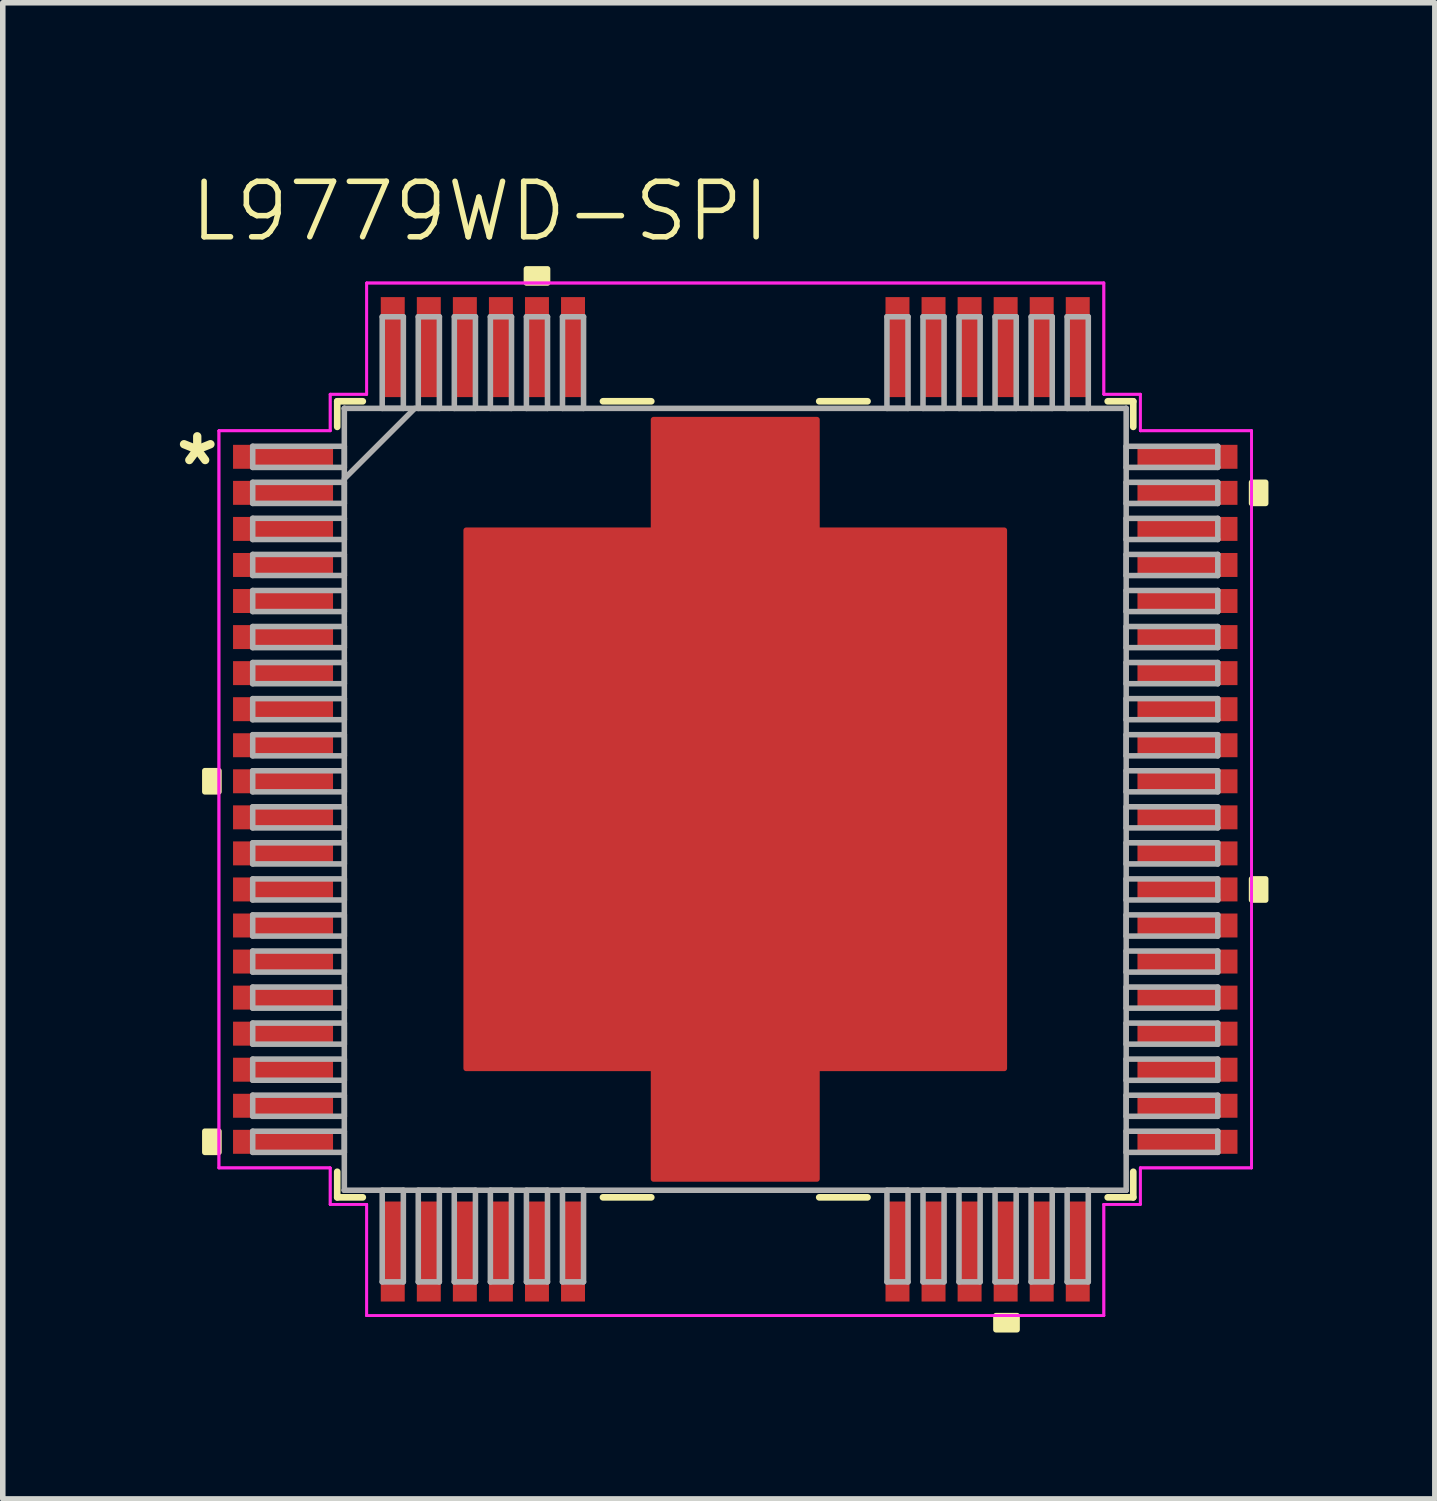
<source format=kicad_pcb>
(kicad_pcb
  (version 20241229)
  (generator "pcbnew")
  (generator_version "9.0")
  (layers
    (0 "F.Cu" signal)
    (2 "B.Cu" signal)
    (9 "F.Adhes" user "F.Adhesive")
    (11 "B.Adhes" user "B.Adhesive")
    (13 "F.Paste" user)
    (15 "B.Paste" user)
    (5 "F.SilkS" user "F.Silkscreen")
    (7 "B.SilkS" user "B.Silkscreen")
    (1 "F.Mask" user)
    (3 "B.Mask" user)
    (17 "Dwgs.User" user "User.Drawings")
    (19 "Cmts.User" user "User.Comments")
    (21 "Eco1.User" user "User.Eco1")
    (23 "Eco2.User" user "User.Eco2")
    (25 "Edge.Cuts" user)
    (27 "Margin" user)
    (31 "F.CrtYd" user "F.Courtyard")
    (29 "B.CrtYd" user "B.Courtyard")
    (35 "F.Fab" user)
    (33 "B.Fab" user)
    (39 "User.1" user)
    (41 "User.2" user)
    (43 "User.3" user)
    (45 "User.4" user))
  (footprint "L9779WD-SPI"
    (layer "F.Cu")
    (at 10.206 11.361)
    (property "Reference" "L9779WD-SPI" (at -4.6 -10.6 0) (layer "F.SilkS") (effects (font (size 1 1) (thickness 0.1))))
    (attr through_hole)
    (fp_poly (pts (xy -4.851 -4.851) (xy -1.473 -4.851) (xy -1.473 -6.845) (xy 1.473 -6.845) (xy 1.473 -4.851) (xy 4.851 -4.851) (xy 4.851 4.851) (xy 1.473 4.851) (xy 1.473 6.845) (xy -1.473 6.845) (xy -1.473 4.851) (xy -4.851 4.851)) (stroke (width 0.1) (type solid)) (fill yes) (layer "F.Cu"))
    (fp_poly (pts (xy -4.851 -4.851) (xy -1.473 -4.851) (xy -1.473 -6.845) (xy 1.473 -6.845) (xy 1.473 -4.851) (xy 4.851 -4.851) (xy 4.851 4.851) (xy 1.473 4.851) (xy 1.473 6.845) (xy -1.473 6.845) (xy -1.473 4.851) (xy -4.851 4.851)) (stroke (width 0.1) (type solid)) (fill yes) (layer "F.Mask"))
    (fp_line (start -7.176 -7.176) (end -7.176 -6.715) (stroke (width 0.12) (type solid)) (layer "F.SilkS"))
    (fp_line (start -7.176 6.715) (end -7.176 7.176) (stroke (width 0.12) (type solid)) (layer "F.SilkS"))
    (fp_line (start -7.176 7.176) (end -6.715 7.176) (stroke (width 0.12) (type solid)) (layer "F.SilkS"))
    (fp_line (start -6.715 -7.176) (end -7.176 -7.176) (stroke (width 0.12) (type solid)) (layer "F.SilkS"))
    (fp_line (start -2.385 7.176) (end -1.514 7.176) (stroke (width 0.12) (type solid)) (layer "F.SilkS"))
    (fp_line (start -1.514 -7.176) (end -2.385 -7.176) (stroke (width 0.12) (type solid)) (layer "F.SilkS"))
    (fp_line (start 1.514 7.176) (end 2.385 7.176) (stroke (width 0.12) (type solid)) (layer "F.SilkS"))
    (fp_line (start 2.385 -7.176) (end 1.514 -7.176) (stroke (width 0.12) (type solid)) (layer "F.SilkS"))
    (fp_line (start 6.715 7.176) (end 7.176 7.176) (stroke (width 0.12) (type solid)) (layer "F.SilkS"))
    (fp_line (start 7.176 -7.176) (end 6.715 -7.176) (stroke (width 0.12) (type solid)) (layer "F.SilkS"))
    (fp_line (start 7.176 -6.715) (end 7.176 -7.176) (stroke (width 0.12) (type solid)) (layer "F.SilkS"))
    (fp_line (start 7.176 7.176) (end 7.176 6.715) (stroke (width 0.12) (type solid)) (layer "F.SilkS"))
    (fp_poly (pts (xy -9.563 -0.516) (xy -9.563 -0.135) (xy -9.309 -0.135) (xy -9.309 -0.516)) (stroke (width 0.1) (type solid)) (fill yes) (layer "F.SilkS"))
    (fp_poly (pts (xy -9.563 5.984) (xy -9.563 6.365) (xy -9.309 6.365) (xy -9.309 5.984)) (stroke (width 0.1) (type solid)) (fill yes) (layer "F.SilkS"))
    (fp_poly (pts (xy -3.765 -9.309) (xy -3.765 -9.563) (xy -3.384 -9.563) (xy -3.384 -9.309)) (stroke (width 0.1) (type solid)) (fill yes) (layer "F.SilkS"))
    (fp_poly (pts (xy 4.7 9.309) (xy 4.7 9.563) (xy 5.081 9.563) (xy 5.081 9.309)) (stroke (width 0.1) (type solid)) (fill yes) (layer "F.SilkS"))
    (fp_poly (pts (xy 9.309 1.816) (xy 9.563 1.816) (xy 9.563 1.435) (xy 9.309 1.435)) (stroke (width 0.1) (type solid)) (fill yes) (layer "F.SilkS"))
    (fp_poly (pts (xy 9.563 -5.715) (xy 9.563 -5.335) (xy 9.309 -5.335) (xy 9.309 -5.715)) (stroke (width 0.1) (type solid)) (fill yes) (layer "F.SilkS"))
    (fp_poly (pts (xy -4.751 -4.751) (xy -4.751 -3.565) (xy -3.565 -3.565) (xy -3.565 -4.751)) (stroke (width 0.1) (type solid)) (fill yes) (layer "F.Paste"))
    (fp_poly (pts (xy -4.751 -3.365) (xy -4.751 -2.179) (xy -3.565 -2.179) (xy -3.565 -3.365)) (stroke (width 0.1) (type solid)) (fill yes) (layer "F.Paste"))
    (fp_poly (pts (xy -4.751 -1.979) (xy -4.751 -0.793) (xy -3.565 -0.793) (xy -3.565 -1.979)) (stroke (width 0.1) (type solid)) (fill yes) (layer "F.Paste"))
    (fp_poly (pts (xy -4.751 -0.593) (xy -4.751 0.593) (xy -3.565 0.593) (xy -3.565 -0.593)) (stroke (width 0.1) (type solid)) (fill yes) (layer "F.Paste"))
    (fp_poly (pts (xy -4.751 0.793) (xy -4.751 1.979) (xy -3.565 1.979) (xy -3.565 0.793)) (stroke (width 0.1) (type solid)) (fill yes) (layer "F.Paste"))
    (fp_poly (pts (xy -4.751 2.179) (xy -4.751 3.365) (xy -3.565 3.365) (xy -3.565 2.179)) (stroke (width 0.1) (type solid)) (fill yes) (layer "F.Paste"))
    (fp_poly (pts (xy -4.751 3.565) (xy -4.751 4.751) (xy -3.565 4.751) (xy -3.565 3.565)) (stroke (width 0.1) (type solid)) (fill yes) (layer "F.Paste"))
    (fp_poly (pts (xy -3.365 -4.751) (xy -3.365 -3.565) (xy -2.179 -3.565) (xy -2.179 -4.751)) (stroke (width 0.1) (type solid)) (fill yes) (layer "F.Paste"))
    (fp_poly (pts (xy -3.365 -3.365) (xy -3.365 -2.179) (xy -2.179 -2.179) (xy -2.179 -3.365)) (stroke (width 0.1) (type solid)) (fill yes) (layer "F.Paste"))
    (fp_poly (pts (xy -3.365 -1.979) (xy -3.365 -0.793) (xy -2.179 -0.793) (xy -2.179 -1.979)) (stroke (width 0.1) (type solid)) (fill yes) (layer "F.Paste"))
    (fp_poly (pts (xy -3.365 -0.593) (xy -3.365 0.593) (xy -2.179 0.593) (xy -2.179 -0.593)) (stroke (width 0.1) (type solid)) (fill yes) (layer "F.Paste"))
    (fp_poly (pts (xy -3.365 0.793) (xy -3.365 1.979) (xy -2.179 1.979) (xy -2.179 0.793)) (stroke (width 0.1) (type solid)) (fill yes) (layer "F.Paste"))
    (fp_poly (pts (xy -3.365 2.179) (xy -3.365 3.365) (xy -2.179 3.365) (xy -2.179 2.179)) (stroke (width 0.1) (type solid)) (fill yes) (layer "F.Paste"))
    (fp_poly (pts (xy -3.365 3.565) (xy -3.365 4.751) (xy -2.179 4.751) (xy -2.179 3.565)) (stroke (width 0.1) (type solid)) (fill yes) (layer "F.Paste"))
    (fp_poly (pts (xy -1.979 -4.751) (xy -1.979 -3.565) (xy -0.793 -3.565) (xy -0.793 -4.751)) (stroke (width 0.1) (type solid)) (fill yes) (layer "F.Paste"))
    (fp_poly (pts (xy -1.979 -3.365) (xy -1.979 -2.179) (xy -0.793 -2.179) (xy -0.793 -3.365)) (stroke (width 0.1) (type solid)) (fill yes) (layer "F.Paste"))
    (fp_poly (pts (xy -1.979 -1.979) (xy -1.979 -0.793) (xy -0.793 -0.793) (xy -0.793 -1.979)) (stroke (width 0.1) (type solid)) (fill yes) (layer "F.Paste"))
    (fp_poly (pts (xy -1.979 -0.593) (xy -1.979 0.593) (xy -0.793 0.593) (xy -0.793 -0.593)) (stroke (width 0.1) (type solid)) (fill yes) (layer "F.Paste"))
    (fp_poly (pts (xy -1.979 0.793) (xy -1.979 1.979) (xy -0.793 1.979) (xy -0.793 0.793)) (stroke (width 0.1) (type solid)) (fill yes) (layer "F.Paste"))
    (fp_poly (pts (xy -1.979 2.179) (xy -1.979 3.365) (xy -0.793 3.365) (xy -0.793 2.179)) (stroke (width 0.1) (type solid)) (fill yes) (layer "F.Paste"))
    (fp_poly (pts (xy -1.979 3.565) (xy -1.979 4.751) (xy -0.793 4.751) (xy -0.793 3.565)) (stroke (width 0.1) (type solid)) (fill yes) (layer "F.Paste"))
    (fp_poly (pts (xy -0.593 -4.751) (xy -0.593 -3.565) (xy 0.593 -3.565) (xy 0.593 -4.751)) (stroke (width 0.1) (type solid)) (fill yes) (layer "F.Paste"))
    (fp_poly (pts (xy -0.593 -3.365) (xy -0.593 -2.179) (xy 0.593 -2.179) (xy 0.593 -3.365)) (stroke (width 0.1) (type solid)) (fill yes) (layer "F.Paste"))
    (fp_poly (pts (xy -0.593 -1.979) (xy -0.593 -0.793) (xy 0.593 -0.793) (xy 0.593 -1.979)) (stroke (width 0.1) (type solid)) (fill yes) (layer "F.Paste"))
    (fp_poly (pts (xy -0.593 -0.593) (xy -0.593 0.593) (xy 0.593 0.593) (xy 0.593 -0.593)) (stroke (width 0.1) (type solid)) (fill yes) (layer "F.Paste"))
    (fp_poly (pts (xy -0.593 0.793) (xy -0.593 1.979) (xy 0.593 1.979) (xy 0.593 0.793)) (stroke (width 0.1) (type solid)) (fill yes) (layer "F.Paste"))
    (fp_poly (pts (xy -0.593 2.179) (xy -0.593 3.365) (xy 0.593 3.365) (xy 0.593 2.179)) (stroke (width 0.1) (type solid)) (fill yes) (layer "F.Paste"))
    (fp_poly (pts (xy -0.593 3.565) (xy -0.593 4.751) (xy 0.593 4.751) (xy 0.593 3.565)) (stroke (width 0.1) (type solid)) (fill yes) (layer "F.Paste"))
    (fp_poly (pts (xy 0.793 -4.751) (xy 0.793 -3.565) (xy 1.979 -3.565) (xy 1.979 -4.751)) (stroke (width 0.1) (type solid)) (fill yes) (layer "F.Paste"))
    (fp_poly (pts (xy 0.793 -3.365) (xy 0.793 -2.179) (xy 1.979 -2.179) (xy 1.979 -3.365)) (stroke (width 0.1) (type solid)) (fill yes) (layer "F.Paste"))
    (fp_poly (pts (xy 0.793 -1.979) (xy 0.793 -0.793) (xy 1.979 -0.793) (xy 1.979 -1.979)) (stroke (width 0.1) (type solid)) (fill yes) (layer "F.Paste"))
    (fp_poly (pts (xy 0.793 -0.593) (xy 0.793 0.593) (xy 1.979 0.593) (xy 1.979 -0.593)) (stroke (width 0.1) (type solid)) (fill yes) (layer "F.Paste"))
    (fp_poly (pts (xy 0.793 0.793) (xy 0.793 1.979) (xy 1.979 1.979) (xy 1.979 0.793)) (stroke (width 0.1) (type solid)) (fill yes) (layer "F.Paste"))
    (fp_poly (pts (xy 0.793 2.179) (xy 0.793 3.365) (xy 1.979 3.365) (xy 1.979 2.179)) (stroke (width 0.1) (type solid)) (fill yes) (layer "F.Paste"))
    (fp_poly (pts (xy 0.793 3.565) (xy 0.793 4.751) (xy 1.979 4.751) (xy 1.979 3.565)) (stroke (width 0.1) (type solid)) (fill yes) (layer "F.Paste"))
    (fp_poly (pts (xy 2.179 -4.751) (xy 2.179 -3.565) (xy 3.365 -3.565) (xy 3.365 -4.751)) (stroke (width 0.1) (type solid)) (fill yes) (layer "F.Paste"))
    (fp_poly (pts (xy 2.179 -3.365) (xy 2.179 -2.179) (xy 3.365 -2.179) (xy 3.365 -3.365)) (stroke (width 0.1) (type solid)) (fill yes) (layer "F.Paste"))
    (fp_poly (pts (xy 2.179 -1.979) (xy 2.179 -0.793) (xy 3.365 -0.793) (xy 3.365 -1.979)) (stroke (width 0.1) (type solid)) (fill yes) (layer "F.Paste"))
    (fp_poly (pts (xy 2.179 -0.593) (xy 2.179 0.593) (xy 3.365 0.593) (xy 3.365 -0.593)) (stroke (width 0.1) (type solid)) (fill yes) (layer "F.Paste"))
    (fp_poly (pts (xy 2.179 0.793) (xy 2.179 1.979) (xy 3.365 1.979) (xy 3.365 0.793)) (stroke (width 0.1) (type solid)) (fill yes) (layer "F.Paste"))
    (fp_poly (pts (xy 2.179 2.179) (xy 2.179 3.365) (xy 3.365 3.365) (xy 3.365 2.179)) (stroke (width 0.1) (type solid)) (fill yes) (layer "F.Paste"))
    (fp_poly (pts (xy 2.179 3.565) (xy 2.179 4.751) (xy 3.365 4.751) (xy 3.365 3.565)) (stroke (width 0.1) (type solid)) (fill yes) (layer "F.Paste"))
    (fp_poly (pts (xy 3.565 -4.751) (xy 3.565 -3.565) (xy 4.751 -3.565) (xy 4.751 -4.751)) (stroke (width 0.1) (type solid)) (fill yes) (layer "F.Paste"))
    (fp_poly (pts (xy 3.565 -3.365) (xy 3.565 -2.179) (xy 4.751 -2.179) (xy 4.751 -3.365)) (stroke (width 0.1) (type solid)) (fill yes) (layer "F.Paste"))
    (fp_poly (pts (xy 3.565 -1.979) (xy 3.565 -0.793) (xy 4.751 -0.793) (xy 4.751 -1.979)) (stroke (width 0.1) (type solid)) (fill yes) (layer "F.Paste"))
    (fp_poly (pts (xy 3.565 -0.593) (xy 3.565 0.593) (xy 4.751 0.593) (xy 4.751 -0.593)) (stroke (width 0.1) (type solid)) (fill yes) (layer "F.Paste"))
    (fp_poly (pts (xy 3.565 0.793) (xy 3.565 1.979) (xy 4.751 1.979) (xy 4.751 0.793)) (stroke (width 0.1) (type solid)) (fill yes) (layer "F.Paste"))
    (fp_poly (pts (xy 3.565 2.179) (xy 3.565 3.365) (xy 4.751 3.365) (xy 4.751 2.179)) (stroke (width 0.1) (type solid)) (fill yes) (layer "F.Paste"))
    (fp_poly (pts (xy 3.565 3.565) (xy 3.565 4.751) (xy 4.751 4.751) (xy 4.751 3.565)) (stroke (width 0.1) (type solid)) (fill yes) (layer "F.Paste"))
    (fp_poly (pts (xy -4.851 -4.851) (xy -1.473 -4.851) (xy -1.473 -6.845) (xy 1.473 -6.845) (xy 1.473 -4.851) (xy 4.851 -4.851) (xy 4.851 4.851) (xy 1.473 4.851) (xy 1.473 6.845) (xy -1.473 6.845) (xy -1.473 4.851) (xy -4.851 4.851)) (stroke (width 0.1) (type solid)) (fill yes) (layer "F.Paste"))
    (fp_line (start -9.309 -6.645) (end -7.303 -6.645) (stroke (width 0.05) (type solid)) (layer "F.CrtYd"))
    (fp_line (start -9.309 -6.645) (end -7.303 -6.645) (stroke (width 0.05) (type solid)) (layer "F.CrtYd"))
    (fp_line (start -9.309 6.645) (end -9.309 -6.645) (stroke (width 0.05) (type solid)) (layer "F.CrtYd"))
    (fp_line (start -9.309 6.645) (end -9.309 -6.645) (stroke (width 0.05) (type solid)) (layer "F.CrtYd"))
    (fp_line (start -7.303 -7.303) (end -6.645 -7.303) (stroke (width 0.05) (type solid)) (layer "F.CrtYd"))
    (fp_line (start -7.303 -7.303) (end -6.645 -7.303) (stroke (width 0.05) (type solid)) (layer "F.CrtYd"))
    (fp_line (start -7.303 -6.645) (end -7.303 -7.303) (stroke (width 0.05) (type solid)) (layer "F.CrtYd"))
    (fp_line (start -7.303 -6.645) (end -7.303 -7.303) (stroke (width 0.05) (type solid)) (layer "F.CrtYd"))
    (fp_line (start -7.303 6.645) (end -9.309 6.645) (stroke (width 0.05) (type solid)) (layer "F.CrtYd"))
    (fp_line (start -7.303 6.645) (end -9.309 6.645) (stroke (width 0.05) (type solid)) (layer "F.CrtYd"))
    (fp_line (start -7.303 7.303) (end -7.303 6.645) (stroke (width 0.05) (type solid)) (layer "F.CrtYd"))
    (fp_line (start -7.303 7.303) (end -7.303 6.645) (stroke (width 0.05) (type solid)) (layer "F.CrtYd"))
    (fp_line (start -7.303 7.303) (end -6.645 7.303) (stroke (width 0.05) (type solid)) (layer "F.CrtYd"))
    (fp_line (start -6.645 -9.309) (end 6.645 -9.309) (stroke (width 0.05) (type solid)) (layer "F.CrtYd"))
    (fp_line (start -6.645 -9.309) (end 6.645 -9.309) (stroke (width 0.05) (type solid)) (layer "F.CrtYd"))
    (fp_line (start -6.645 -7.303) (end -6.645 -9.309) (stroke (width 0.05) (type solid)) (layer "F.CrtYd"))
    (fp_line (start -6.645 -7.303) (end -6.645 -9.309) (stroke (width 0.05) (type solid)) (layer "F.CrtYd"))
    (fp_line (start -6.645 7.303) (end -7.303 7.303) (stroke (width 0.05) (type solid)) (layer "F.CrtYd"))
    (fp_line (start -6.645 7.303) (end -6.645 9.309) (stroke (width 0.05) (type solid)) (layer "F.CrtYd"))
    (fp_line (start -6.645 9.309) (end -6.645 7.303) (stroke (width 0.05) (type solid)) (layer "F.CrtYd"))
    (fp_line (start -6.645 9.309) (end 6.645 9.309) (stroke (width 0.05) (type solid)) (layer "F.CrtYd"))
    (fp_line (start 6.645 -9.309) (end 6.645 -7.303) (stroke (width 0.05) (type solid)) (layer "F.CrtYd"))
    (fp_line (start 6.645 -9.309) (end 6.645 -7.303) (stroke (width 0.05) (type solid)) (layer "F.CrtYd"))
    (fp_line (start 6.645 -7.303) (end 7.303 -7.303) (stroke (width 0.05) (type solid)) (layer "F.CrtYd"))
    (fp_line (start 6.645 -7.303) (end 7.303 -7.303) (stroke (width 0.05) (type solid)) (layer "F.CrtYd"))
    (fp_line (start 6.645 7.303) (end 6.645 9.309) (stroke (width 0.05) (type solid)) (layer "F.CrtYd"))
    (fp_line (start 6.645 7.303) (end 7.303 7.303) (stroke (width 0.05) (type solid)) (layer "F.CrtYd"))
    (fp_line (start 6.645 9.309) (end -6.645 9.309) (stroke (width 0.05) (type solid)) (layer "F.CrtYd"))
    (fp_line (start 6.645 9.309) (end 6.645 7.303) (stroke (width 0.05) (type solid)) (layer "F.CrtYd"))
    (fp_line (start 7.303 -7.303) (end 7.303 -6.645) (stroke (width 0.05) (type solid)) (layer "F.CrtYd"))
    (fp_line (start 7.303 -6.645) (end 7.303 -7.303) (stroke (width 0.05) (type solid)) (layer "F.CrtYd"))
    (fp_line (start 7.303 -6.645) (end 9.309 -6.645) (stroke (width 0.05) (type solid)) (layer "F.CrtYd"))
    (fp_line (start 7.303 6.645) (end 7.303 7.303) (stroke (width 0.05) (type solid)) (layer "F.CrtYd"))
    (fp_line (start 7.303 6.645) (end 9.309 6.645) (stroke (width 0.05) (type solid)) (layer "F.CrtYd"))
    (fp_line (start 7.303 7.303) (end 6.645 7.303) (stroke (width 0.05) (type solid)) (layer "F.CrtYd"))
    (fp_line (start 7.303 7.303) (end 7.303 6.645) (stroke (width 0.05) (type solid)) (layer "F.CrtYd"))
    (fp_line (start 9.309 -6.645) (end 7.303 -6.645) (stroke (width 0.05) (type solid)) (layer "F.CrtYd"))
    (fp_line (start 9.309 -6.645) (end 9.309 6.645) (stroke (width 0.05) (type solid)) (layer "F.CrtYd"))
    (fp_line (start 9.309 6.645) (end 7.303 6.645) (stroke (width 0.05) (type solid)) (layer "F.CrtYd"))
    (fp_line (start 9.309 6.645) (end 9.309 -6.645) (stroke (width 0.05) (type solid)) (layer "F.CrtYd"))
    (fp_line (start -8.7 -6.365) (end -8.7 -5.984) (stroke (width 0.1) (type solid)) (layer "F.Fab"))
    (fp_line (start -8.7 -5.984) (end -7.048 -5.984) (stroke (width 0.1) (type solid)) (layer "F.Fab"))
    (fp_line (start -8.7 -5.715) (end -8.7 -5.335) (stroke (width 0.1) (type solid)) (layer "F.Fab"))
    (fp_line (start -8.7 -5.335) (end -7.048 -5.335) (stroke (width 0.1) (type solid)) (layer "F.Fab"))
    (fp_line (start -8.7 -5.066) (end -8.7 -4.684) (stroke (width 0.1) (type solid)) (layer "F.Fab"))
    (fp_line (start -8.7 -4.684) (end -7.048 -4.684) (stroke (width 0.1) (type solid)) (layer "F.Fab"))
    (fp_line (start -8.7 -4.415) (end -8.7 -4.035) (stroke (width 0.1) (type solid)) (layer "F.Fab"))
    (fp_line (start -8.7 -4.035) (end -7.048 -4.035) (stroke (width 0.1) (type solid)) (layer "F.Fab"))
    (fp_line (start -8.7 -3.765) (end -8.7 -3.385) (stroke (width 0.1) (type solid)) (layer "F.Fab"))
    (fp_line (start -8.7 -3.385) (end -7.048 -3.385) (stroke (width 0.1) (type solid)) (layer "F.Fab"))
    (fp_line (start -8.7 -3.115) (end -8.7 -2.735) (stroke (width 0.1) (type solid)) (layer "F.Fab"))
    (fp_line (start -8.7 -2.735) (end -7.048 -2.735) (stroke (width 0.1) (type solid)) (layer "F.Fab"))
    (fp_line (start -8.7 -2.466) (end -8.7 -2.084) (stroke (width 0.1) (type solid)) (layer "F.Fab"))
    (fp_line (start -8.7 -2.084) (end -7.048 -2.084) (stroke (width 0.1) (type solid)) (layer "F.Fab"))
    (fp_line (start -8.7 -1.815) (end -8.7 -1.435) (stroke (width 0.1) (type solid)) (layer "F.Fab"))
    (fp_line (start -8.7 -1.435) (end -7.048 -1.435) (stroke (width 0.1) (type solid)) (layer "F.Fab"))
    (fp_line (start -8.7 -1.165) (end -8.7 -0.784) (stroke (width 0.1) (type solid)) (layer "F.Fab"))
    (fp_line (start -8.7 -0.784) (end -7.048 -0.784) (stroke (width 0.1) (type solid)) (layer "F.Fab"))
    (fp_line (start -8.7 -0.515) (end -8.7 -0.135) (stroke (width 0.1) (type solid)) (layer "F.Fab"))
    (fp_line (start -8.7 -0.135) (end -7.048 -0.135) (stroke (width 0.1) (type solid)) (layer "F.Fab"))
    (fp_line (start -8.7 0.135) (end -8.7 0.515) (stroke (width 0.1) (type solid)) (layer "F.Fab"))
    (fp_line (start -8.7 0.515) (end -7.048 0.515) (stroke (width 0.1) (type solid)) (layer "F.Fab"))
    (fp_line (start -8.7 0.784) (end -8.7 1.165) (stroke (width 0.1) (type solid)) (layer "F.Fab"))
    (fp_line (start -8.7 1.165) (end -7.048 1.165) (stroke (width 0.1) (type solid)) (layer "F.Fab"))
    (fp_line (start -8.7 1.435) (end -8.7 1.815) (stroke (width 0.1) (type solid)) (layer "F.Fab"))
    (fp_line (start -8.7 1.815) (end -7.048 1.815) (stroke (width 0.1) (type solid)) (layer "F.Fab"))
    (fp_line (start -8.7 2.084) (end -8.7 2.466) (stroke (width 0.1) (type solid)) (layer "F.Fab"))
    (fp_line (start -8.7 2.466) (end -7.048 2.466) (stroke (width 0.1) (type solid)) (layer "F.Fab"))
    (fp_line (start -8.7 2.735) (end -8.7 3.115) (stroke (width 0.1) (type solid)) (layer "F.Fab"))
    (fp_line (start -8.7 3.115) (end -7.048 3.115) (stroke (width 0.1) (type solid)) (layer "F.Fab"))
    (fp_line (start -8.7 3.385) (end -8.7 3.765) (stroke (width 0.1) (type solid)) (layer "F.Fab"))
    (fp_line (start -8.7 3.765) (end -7.048 3.765) (stroke (width 0.1) (type solid)) (layer "F.Fab"))
    (fp_line (start -8.7 4.034) (end -8.7 4.415) (stroke (width 0.1) (type solid)) (layer "F.Fab"))
    (fp_line (start -8.7 4.415) (end -7.048 4.415) (stroke (width 0.1) (type solid)) (layer "F.Fab"))
    (fp_line (start -8.7 4.684) (end -8.7 5.065) (stroke (width 0.1) (type solid)) (layer "F.Fab"))
    (fp_line (start -8.7 5.065) (end -7.048 5.065) (stroke (width 0.1) (type solid)) (layer "F.Fab"))
    (fp_line (start -8.7 5.334) (end -8.7 5.715) (stroke (width 0.1) (type solid)) (layer "F.Fab"))
    (fp_line (start -8.7 5.715) (end -7.048 5.715) (stroke (width 0.1) (type solid)) (layer "F.Fab"))
    (fp_line (start -8.7 5.984) (end -8.7 6.365) (stroke (width 0.1) (type solid)) (layer "F.Fab"))
    (fp_line (start -8.7 6.365) (end -7.048 6.365) (stroke (width 0.1) (type solid)) (layer "F.Fab"))
    (fp_line (start -7.048 -7.048) (end -7.048 -7.048) (stroke (width 0.1) (type solid)) (layer "F.Fab"))
    (fp_line (start -7.048 -7.048) (end -7.048 7.048) (stroke (width 0.1) (type solid)) (layer "F.Fab"))
    (fp_line (start -7.048 -6.365) (end -8.7 -6.365) (stroke (width 0.1) (type solid)) (layer "F.Fab"))
    (fp_line (start -7.048 -5.984) (end -7.048 -6.365) (stroke (width 0.1) (type solid)) (layer "F.Fab"))
    (fp_line (start -7.048 -5.779) (end -5.779 -7.048) (stroke (width 0.1) (type solid)) (layer "F.Fab"))
    (fp_line (start -7.048 -5.715) (end -8.7 -5.715) (stroke (width 0.1) (type solid)) (layer "F.Fab"))
    (fp_line (start -7.048 -5.335) (end -7.048 -5.715) (stroke (width 0.1) (type solid)) (layer "F.Fab"))
    (fp_line (start -7.048 -5.066) (end -8.7 -5.066) (stroke (width 0.1) (type solid)) (layer "F.Fab"))
    (fp_line (start -7.048 -4.684) (end -7.048 -5.066) (stroke (width 0.1) (type solid)) (layer "F.Fab"))
    (fp_line (start -7.048 -4.415) (end -8.7 -4.415) (stroke (width 0.1) (type solid)) (layer "F.Fab"))
    (fp_line (start -7.048 -4.035) (end -7.048 -4.415) (stroke (width 0.1) (type solid)) (layer "F.Fab"))
    (fp_line (start -7.048 -3.765) (end -8.7 -3.765) (stroke (width 0.1) (type solid)) (layer "F.Fab"))
    (fp_line (start -7.048 -3.385) (end -7.048 -3.765) (stroke (width 0.1) (type solid)) (layer "F.Fab"))
    (fp_line (start -7.048 -3.115) (end -8.7 -3.115) (stroke (width 0.1) (type solid)) (layer "F.Fab"))
    (fp_line (start -7.048 -2.735) (end -7.048 -3.115) (stroke (width 0.1) (type solid)) (layer "F.Fab"))
    (fp_line (start -7.048 -2.466) (end -8.7 -2.466) (stroke (width 0.1) (type solid)) (layer "F.Fab"))
    (fp_line (start -7.048 -2.084) (end -7.048 -2.466) (stroke (width 0.1) (type solid)) (layer "F.Fab"))
    (fp_line (start -7.048 -1.815) (end -8.7 -1.815) (stroke (width 0.1) (type solid)) (layer "F.Fab"))
    (fp_line (start -7.048 -1.435) (end -7.048 -1.815) (stroke (width 0.1) (type solid)) (layer "F.Fab"))
    (fp_line (start -7.048 -1.165) (end -8.7 -1.165) (stroke (width 0.1) (type solid)) (layer "F.Fab"))
    (fp_line (start -7.048 -0.784) (end -7.048 -1.165) (stroke (width 0.1) (type solid)) (layer "F.Fab"))
    (fp_line (start -7.048 -0.515) (end -8.7 -0.515) (stroke (width 0.1) (type solid)) (layer "F.Fab"))
    (fp_line (start -7.048 -0.135) (end -7.048 -0.515) (stroke (width 0.1) (type solid)) (layer "F.Fab"))
    (fp_line (start -7.048 0.135) (end -8.7 0.135) (stroke (width 0.1) (type solid)) (layer "F.Fab"))
    (fp_line (start -7.048 0.515) (end -7.048 0.135) (stroke (width 0.1) (type solid)) (layer "F.Fab"))
    (fp_line (start -7.048 0.784) (end -8.7 0.784) (stroke (width 0.1) (type solid)) (layer "F.Fab"))
    (fp_line (start -7.048 1.165) (end -7.048 0.784) (stroke (width 0.1) (type solid)) (layer "F.Fab"))
    (fp_line (start -7.048 1.435) (end -8.7 1.435) (stroke (width 0.1) (type solid)) (layer "F.Fab"))
    (fp_line (start -7.048 1.815) (end -7.048 1.435) (stroke (width 0.1) (type solid)) (layer "F.Fab"))
    (fp_line (start -7.048 2.084) (end -8.7 2.084) (stroke (width 0.1) (type solid)) (layer "F.Fab"))
    (fp_line (start -7.048 2.466) (end -7.048 2.084) (stroke (width 0.1) (type solid)) (layer "F.Fab"))
    (fp_line (start -7.048 2.735) (end -8.7 2.735) (stroke (width 0.1) (type solid)) (layer "F.Fab"))
    (fp_line (start -7.048 3.115) (end -7.048 2.735) (stroke (width 0.1) (type solid)) (layer "F.Fab"))
    (fp_line (start -7.048 3.385) (end -8.7 3.385) (stroke (width 0.1) (type solid)) (layer "F.Fab"))
    (fp_line (start -7.048 3.765) (end -7.048 3.385) (stroke (width 0.1) (type solid)) (layer "F.Fab"))
    (fp_line (start -7.048 4.034) (end -8.7 4.034) (stroke (width 0.1) (type solid)) (layer "F.Fab"))
    (fp_line (start -7.048 4.415) (end -7.048 4.034) (stroke (width 0.1) (type solid)) (layer "F.Fab"))
    (fp_line (start -7.048 4.684) (end -8.7 4.684) (stroke (width 0.1) (type solid)) (layer "F.Fab"))
    (fp_line (start -7.048 5.065) (end -7.048 4.684) (stroke (width 0.1) (type solid)) (layer "F.Fab"))
    (fp_line (start -7.048 5.334) (end -8.7 5.334) (stroke (width 0.1) (type solid)) (layer "F.Fab"))
    (fp_line (start -7.048 5.715) (end -7.048 5.334) (stroke (width 0.1) (type solid)) (layer "F.Fab"))
    (fp_line (start -7.048 5.984) (end -8.7 5.984) (stroke (width 0.1) (type solid)) (layer "F.Fab"))
    (fp_line (start -7.048 6.365) (end -7.048 5.984) (stroke (width 0.1) (type solid)) (layer "F.Fab"))
    (fp_line (start -7.048 7.048) (end -7.048 7.048) (stroke (width 0.1) (type solid)) (layer "F.Fab"))
    (fp_line (start -7.048 7.048) (end 7.048 7.048) (stroke (width 0.1) (type solid)) (layer "F.Fab"))
    (fp_line (start -6.365 7.048) (end -6.365 8.7) (stroke (width 0.1) (type solid)) (layer "F.Fab"))
    (fp_line (start -6.365 8.7) (end -5.984 8.7) (stroke (width 0.1) (type solid)) (layer "F.Fab"))
    (fp_line (start -6.365 -8.7) (end -6.365 -7.048) (stroke (width 0.1) (type solid)) (layer "F.Fab"))
    (fp_line (start -6.365 -7.048) (end -5.984 -7.048) (stroke (width 0.1) (type solid)) (layer "F.Fab"))
    (fp_line (start -5.984 7.048) (end -6.365 7.048) (stroke (width 0.1) (type solid)) (layer "F.Fab"))
    (fp_line (start -5.984 8.7) (end -5.984 7.048) (stroke (width 0.1) (type solid)) (layer "F.Fab"))
    (fp_line (start -5.984 -8.7) (end -6.365 -8.7) (stroke (width 0.1) (type solid)) (layer "F.Fab"))
    (fp_line (start -5.984 -7.048) (end -5.984 -8.7) (stroke (width 0.1) (type solid)) (layer "F.Fab"))
    (fp_line (start -5.715 7.048) (end -5.715 8.7) (stroke (width 0.1) (type solid)) (layer "F.Fab"))
    (fp_line (start -5.715 8.7) (end -5.335 8.7) (stroke (width 0.1) (type solid)) (layer "F.Fab"))
    (fp_line (start -5.715 -8.7) (end -5.715 -7.048) (stroke (width 0.1) (type solid)) (layer "F.Fab"))
    (fp_line (start -5.715 -7.048) (end -5.334 -7.048) (stroke (width 0.1) (type solid)) (layer "F.Fab"))
    (fp_line (start -5.335 7.048) (end -5.715 7.048) (stroke (width 0.1) (type solid)) (layer "F.Fab"))
    (fp_line (start -5.335 8.7) (end -5.335 7.048) (stroke (width 0.1) (type solid)) (layer "F.Fab"))
    (fp_line (start -5.334 -8.7) (end -5.715 -8.7) (stroke (width 0.1) (type solid)) (layer "F.Fab"))
    (fp_line (start -5.334 -7.048) (end -5.334 -8.7) (stroke (width 0.1) (type solid)) (layer "F.Fab"))
    (fp_line (start -5.066 7.048) (end -5.066 8.7) (stroke (width 0.1) (type solid)) (layer "F.Fab"))
    (fp_line (start -5.066 8.7) (end -4.684 8.7) (stroke (width 0.1) (type solid)) (layer "F.Fab"))
    (fp_line (start -5.065 -8.7) (end -5.065 -7.048) (stroke (width 0.1) (type solid)) (layer "F.Fab"))
    (fp_line (start -5.065 -7.048) (end -4.684 -7.048) (stroke (width 0.1) (type solid)) (layer "F.Fab"))
    (fp_line (start -4.684 7.048) (end -5.066 7.048) (stroke (width 0.1) (type solid)) (layer "F.Fab"))
    (fp_line (start -4.684 8.7) (end -4.684 7.048) (stroke (width 0.1) (type solid)) (layer "F.Fab"))
    (fp_line (start -4.684 -8.7) (end -5.065 -8.7) (stroke (width 0.1) (type solid)) (layer "F.Fab"))
    (fp_line (start -4.684 -7.048) (end -4.684 -8.7) (stroke (width 0.1) (type solid)) (layer "F.Fab"))
    (fp_line (start -4.415 7.048) (end -4.415 8.7) (stroke (width 0.1) (type solid)) (layer "F.Fab"))
    (fp_line (start -4.415 8.7) (end -4.035 8.7) (stroke (width 0.1) (type solid)) (layer "F.Fab"))
    (fp_line (start -4.415 -8.7) (end -4.415 -7.048) (stroke (width 0.1) (type solid)) (layer "F.Fab"))
    (fp_line (start -4.415 -7.048) (end -4.034 -7.048) (stroke (width 0.1) (type solid)) (layer "F.Fab"))
    (fp_line (start -4.035 7.048) (end -4.415 7.048) (stroke (width 0.1) (type solid)) (layer "F.Fab"))
    (fp_line (start -4.035 8.7) (end -4.035 7.048) (stroke (width 0.1) (type solid)) (layer "F.Fab"))
    (fp_line (start -4.034 -8.7) (end -4.415 -8.7) (stroke (width 0.1) (type solid)) (layer "F.Fab"))
    (fp_line (start -4.034 -7.048) (end -4.034 -8.7) (stroke (width 0.1) (type solid)) (layer "F.Fab"))
    (fp_line (start -3.765 -8.7) (end -3.765 -7.048) (stroke (width 0.1) (type solid)) (layer "F.Fab"))
    (fp_line (start -3.765 -7.048) (end -3.385 -7.048) (stroke (width 0.1) (type solid)) (layer "F.Fab"))
    (fp_line (start -3.765 7.048) (end -3.765 8.7) (stroke (width 0.1) (type solid)) (layer "F.Fab"))
    (fp_line (start -3.765 8.7) (end -3.385 8.7) (stroke (width 0.1) (type solid)) (layer "F.Fab"))
    (fp_line (start -3.385 -8.7) (end -3.765 -8.7) (stroke (width 0.1) (type solid)) (layer "F.Fab"))
    (fp_line (start -3.385 -7.048) (end -3.385 -8.7) (stroke (width 0.1) (type solid)) (layer "F.Fab"))
    (fp_line (start -3.385 7.048) (end -3.765 7.048) (stroke (width 0.1) (type solid)) (layer "F.Fab"))
    (fp_line (start -3.385 8.7) (end -3.385 7.048) (stroke (width 0.1) (type solid)) (layer "F.Fab"))
    (fp_line (start -3.115 -8.7) (end -3.115 -7.048) (stroke (width 0.1) (type solid)) (layer "F.Fab"))
    (fp_line (start -3.115 -7.048) (end -2.735 -7.048) (stroke (width 0.1) (type solid)) (layer "F.Fab"))
    (fp_line (start -3.115 7.048) (end -3.115 8.7) (stroke (width 0.1) (type solid)) (layer "F.Fab"))
    (fp_line (start -3.115 8.7) (end -2.735 8.7) (stroke (width 0.1) (type solid)) (layer "F.Fab"))
    (fp_line (start -2.735 -8.7) (end -3.115 -8.7) (stroke (width 0.1) (type solid)) (layer "F.Fab"))
    (fp_line (start -2.735 -7.048) (end -2.735 -8.7) (stroke (width 0.1) (type solid)) (layer "F.Fab"))
    (fp_line (start -2.735 7.048) (end -3.115 7.048) (stroke (width 0.1) (type solid)) (layer "F.Fab"))
    (fp_line (start -2.735 8.7) (end -2.735 7.048) (stroke (width 0.1) (type solid)) (layer "F.Fab"))
    (fp_line (start 2.735 -8.7) (end 2.735 -7.048) (stroke (width 0.1) (type solid)) (layer "F.Fab"))
    (fp_line (start 2.735 -7.048) (end 3.115 -7.048) (stroke (width 0.1) (type solid)) (layer "F.Fab"))
    (fp_line (start 2.735 7.048) (end 2.735 8.7) (stroke (width 0.1) (type solid)) (layer "F.Fab"))
    (fp_line (start 2.735 8.7) (end 3.115 8.7) (stroke (width 0.1) (type solid)) (layer "F.Fab"))
    (fp_line (start 3.115 -8.7) (end 2.735 -8.7) (stroke (width 0.1) (type solid)) (layer "F.Fab"))
    (fp_line (start 3.115 -7.048) (end 3.115 -8.7) (stroke (width 0.1) (type solid)) (layer "F.Fab"))
    (fp_line (start 3.115 7.048) (end 2.735 7.048) (stroke (width 0.1) (type solid)) (layer "F.Fab"))
    (fp_line (start 3.115 8.7) (end 3.115 7.048) (stroke (width 0.1) (type solid)) (layer "F.Fab"))
    (fp_line (start 3.385 -8.7) (end 3.385 -7.048) (stroke (width 0.1) (type solid)) (layer "F.Fab"))
    (fp_line (start 3.385 -7.048) (end 3.765 -7.048) (stroke (width 0.1) (type solid)) (layer "F.Fab"))
    (fp_line (start 3.385 7.048) (end 3.385 8.7) (stroke (width 0.1) (type solid)) (layer "F.Fab"))
    (fp_line (start 3.385 8.7) (end 3.765 8.7) (stroke (width 0.1) (type solid)) (layer "F.Fab"))
    (fp_line (start 3.765 -8.7) (end 3.385 -8.7) (stroke (width 0.1) (type solid)) (layer "F.Fab"))
    (fp_line (start 3.765 -7.048) (end 3.765 -8.7) (stroke (width 0.1) (type solid)) (layer "F.Fab"))
    (fp_line (start 3.765 7.048) (end 3.385 7.048) (stroke (width 0.1) (type solid)) (layer "F.Fab"))
    (fp_line (start 3.765 8.7) (end 3.765 7.048) (stroke (width 0.1) (type solid)) (layer "F.Fab"))
    (fp_line (start 4.034 7.048) (end 4.034 8.7) (stroke (width 0.1) (type solid)) (layer "F.Fab"))
    (fp_line (start 4.034 8.7) (end 4.415 8.7) (stroke (width 0.1) (type solid)) (layer "F.Fab"))
    (fp_line (start 4.035 -8.7) (end 4.035 -7.048) (stroke (width 0.1) (type solid)) (layer "F.Fab"))
    (fp_line (start 4.035 -7.048) (end 4.415 -7.048) (stroke (width 0.1) (type solid)) (layer "F.Fab"))
    (fp_line (start 4.415 7.048) (end 4.034 7.048) (stroke (width 0.1) (type solid)) (layer "F.Fab"))
    (fp_line (start 4.415 8.7) (end 4.415 7.048) (stroke (width 0.1) (type solid)) (layer "F.Fab"))
    (fp_line (start 4.415 -8.7) (end 4.035 -8.7) (stroke (width 0.1) (type solid)) (layer "F.Fab"))
    (fp_line (start 4.415 -7.048) (end 4.415 -8.7) (stroke (width 0.1) (type solid)) (layer "F.Fab"))
    (fp_line (start 4.684 7.048) (end 4.684 8.7) (stroke (width 0.1) (type solid)) (layer "F.Fab"))
    (fp_line (start 4.684 8.7) (end 5.065 8.7) (stroke (width 0.1) (type solid)) (layer "F.Fab"))
    (fp_line (start 4.684 -8.7) (end 4.684 -7.048) (stroke (width 0.1) (type solid)) (layer "F.Fab"))
    (fp_line (start 4.684 -7.048) (end 5.066 -7.048) (stroke (width 0.1) (type solid)) (layer "F.Fab"))
    (fp_line (start 5.065 7.048) (end 4.684 7.048) (stroke (width 0.1) (type solid)) (layer "F.Fab"))
    (fp_line (start 5.065 8.7) (end 5.065 7.048) (stroke (width 0.1) (type solid)) (layer "F.Fab"))
    (fp_line (start 5.066 -8.7) (end 4.684 -8.7) (stroke (width 0.1) (type solid)) (layer "F.Fab"))
    (fp_line (start 5.066 -7.048) (end 5.066 -8.7) (stroke (width 0.1) (type solid)) (layer "F.Fab"))
    (fp_line (start 5.334 7.048) (end 5.334 8.7) (stroke (width 0.1) (type solid)) (layer "F.Fab"))
    (fp_line (start 5.334 8.7) (end 5.715 8.7) (stroke (width 0.1) (type solid)) (layer "F.Fab"))
    (fp_line (start 5.335 -8.7) (end 5.335 -7.048) (stroke (width 0.1) (type solid)) (layer "F.Fab"))
    (fp_line (start 5.335 -7.048) (end 5.715 -7.048) (stroke (width 0.1) (type solid)) (layer "F.Fab"))
    (fp_line (start 5.715 7.048) (end 5.334 7.048) (stroke (width 0.1) (type solid)) (layer "F.Fab"))
    (fp_line (start 5.715 8.7) (end 5.715 7.048) (stroke (width 0.1) (type solid)) (layer "F.Fab"))
    (fp_line (start 5.715 -8.7) (end 5.335 -8.7) (stroke (width 0.1) (type solid)) (layer "F.Fab"))
    (fp_line (start 5.715 -7.048) (end 5.715 -8.7) (stroke (width 0.1) (type solid)) (layer "F.Fab"))
    (fp_line (start 5.984 7.048) (end 5.984 8.7) (stroke (width 0.1) (type solid)) (layer "F.Fab"))
    (fp_line (start 5.984 8.7) (end 6.365 8.7) (stroke (width 0.1) (type solid)) (layer "F.Fab"))
    (fp_line (start 5.984 -8.7) (end 5.984 -7.048) (stroke (width 0.1) (type solid)) (layer "F.Fab"))
    (fp_line (start 5.984 -7.048) (end 6.365 -7.048) (stroke (width 0.1) (type solid)) (layer "F.Fab"))
    (fp_line (start 6.365 7.048) (end 5.984 7.048) (stroke (width 0.1) (type solid)) (layer "F.Fab"))
    (fp_line (start 6.365 8.7) (end 6.365 7.048) (stroke (width 0.1) (type solid)) (layer "F.Fab"))
    (fp_line (start 6.365 -8.7) (end 5.984 -8.7) (stroke (width 0.1) (type solid)) (layer "F.Fab"))
    (fp_line (start 6.365 -7.048) (end 6.365 -8.7) (stroke (width 0.1) (type solid)) (layer "F.Fab"))
    (fp_line (start 7.048 -7.048) (end -7.048 -7.048) (stroke (width 0.1) (type solid)) (layer "F.Fab"))
    (fp_line (start 7.048 -7.048) (end 7.048 -7.048) (stroke (width 0.1) (type solid)) (layer "F.Fab"))
    (fp_line (start 7.048 -6.365) (end 7.048 -5.984) (stroke (width 0.1) (type solid)) (layer "F.Fab"))
    (fp_line (start 7.048 -5.984) (end 8.7 -5.984) (stroke (width 0.1) (type solid)) (layer "F.Fab"))
    (fp_line (start 7.048 -5.715) (end 7.048 -5.334) (stroke (width 0.1) (type solid)) (layer "F.Fab"))
    (fp_line (start 7.048 -5.334) (end 8.7 -5.334) (stroke (width 0.1) (type solid)) (layer "F.Fab"))
    (fp_line (start 7.048 -5.065) (end 7.048 -4.684) (stroke (width 0.1) (type solid)) (layer "F.Fab"))
    (fp_line (start 7.048 -4.684) (end 8.7 -4.684) (stroke (width 0.1) (type solid)) (layer "F.Fab"))
    (fp_line (start 7.048 -4.415) (end 7.048 -4.034) (stroke (width 0.1) (type solid)) (layer "F.Fab"))
    (fp_line (start 7.048 -4.034) (end 8.7 -4.034) (stroke (width 0.1) (type solid)) (layer "F.Fab"))
    (fp_line (start 7.048 -3.765) (end 7.048 -3.385) (stroke (width 0.1) (type solid)) (layer "F.Fab"))
    (fp_line (start 7.048 -3.385) (end 8.7 -3.385) (stroke (width 0.1) (type solid)) (layer "F.Fab"))
    (fp_line (start 7.048 -3.115) (end 7.048 -2.735) (stroke (width 0.1) (type solid)) (layer "F.Fab"))
    (fp_line (start 7.048 -2.735) (end 8.7 -2.735) (stroke (width 0.1) (type solid)) (layer "F.Fab"))
    (fp_line (start 7.048 -2.466) (end 7.048 -2.084) (stroke (width 0.1) (type solid)) (layer "F.Fab"))
    (fp_line (start 7.048 -2.084) (end 8.7 -2.084) (stroke (width 0.1) (type solid)) (layer "F.Fab"))
    (fp_line (start 7.048 -1.815) (end 7.048 -1.435) (stroke (width 0.1) (type solid)) (layer "F.Fab"))
    (fp_line (start 7.048 -1.435) (end 8.7 -1.435) (stroke (width 0.1) (type solid)) (layer "F.Fab"))
    (fp_line (start 7.048 -1.165) (end 7.048 -0.784) (stroke (width 0.1) (type solid)) (layer "F.Fab"))
    (fp_line (start 7.048 -0.784) (end 8.7 -0.784) (stroke (width 0.1) (type solid)) (layer "F.Fab"))
    (fp_line (start 7.048 -0.515) (end 7.048 -0.135) (stroke (width 0.1) (type solid)) (layer "F.Fab"))
    (fp_line (start 7.048 -0.135) (end 8.7 -0.135) (stroke (width 0.1) (type solid)) (layer "F.Fab"))
    (fp_line (start 7.048 0.135) (end 7.048 0.515) (stroke (width 0.1) (type solid)) (layer "F.Fab"))
    (fp_line (start 7.048 0.515) (end 8.7 0.515) (stroke (width 0.1) (type solid)) (layer "F.Fab"))
    (fp_line (start 7.048 0.784) (end 7.048 1.165) (stroke (width 0.1) (type solid)) (layer "F.Fab"))
    (fp_line (start 7.048 1.165) (end 8.7 1.165) (stroke (width 0.1) (type solid)) (layer "F.Fab"))
    (fp_line (start 7.048 1.435) (end 7.048 1.815) (stroke (width 0.1) (type solid)) (layer "F.Fab"))
    (fp_line (start 7.048 1.815) (end 8.7 1.815) (stroke (width 0.1) (type solid)) (layer "F.Fab"))
    (fp_line (start 7.048 2.084) (end 7.048 2.466) (stroke (width 0.1) (type solid)) (layer "F.Fab"))
    (fp_line (start 7.048 2.466) (end 8.7 2.466) (stroke (width 0.1) (type solid)) (layer "F.Fab"))
    (fp_line (start 7.048 2.735) (end 7.048 3.115) (stroke (width 0.1) (type solid)) (layer "F.Fab"))
    (fp_line (start 7.048 3.115) (end 8.7 3.115) (stroke (width 0.1) (type solid)) (layer "F.Fab"))
    (fp_line (start 7.048 3.385) (end 7.048 3.765) (stroke (width 0.1) (type solid)) (layer "F.Fab"))
    (fp_line (start 7.048 3.765) (end 8.7 3.765) (stroke (width 0.1) (type solid)) (layer "F.Fab"))
    (fp_line (start 7.048 4.035) (end 7.048 4.415) (stroke (width 0.1) (type solid)) (layer "F.Fab"))
    (fp_line (start 7.048 4.415) (end 8.7 4.415) (stroke (width 0.1) (type solid)) (layer "F.Fab"))
    (fp_line (start 7.048 4.684) (end 7.048 5.066) (stroke (width 0.1) (type solid)) (layer "F.Fab"))
    (fp_line (start 7.048 5.066) (end 8.7 5.066) (stroke (width 0.1) (type solid)) (layer "F.Fab"))
    (fp_line (start 7.048 5.335) (end 7.048 5.715) (stroke (width 0.1) (type solid)) (layer "F.Fab"))
    (fp_line (start 7.048 5.715) (end 8.7 5.715) (stroke (width 0.1) (type solid)) (layer "F.Fab"))
    (fp_line (start 7.048 5.984) (end 7.048 6.365) (stroke (width 0.1) (type solid)) (layer "F.Fab"))
    (fp_line (start 7.048 6.365) (end 8.7 6.365) (stroke (width 0.1) (type solid)) (layer "F.Fab"))
    (fp_line (start 7.048 7.048) (end 7.048 -7.048) (stroke (width 0.1) (type solid)) (layer "F.Fab"))
    (fp_line (start 7.048 7.048) (end 7.048 7.048) (stroke (width 0.1) (type solid)) (layer "F.Fab"))
    (fp_line (start 8.7 -6.365) (end 7.048 -6.365) (stroke (width 0.1) (type solid)) (layer "F.Fab"))
    (fp_line (start 8.7 -5.984) (end 8.7 -6.365) (stroke (width 0.1) (type solid)) (layer "F.Fab"))
    (fp_line (start 8.7 -5.715) (end 7.048 -5.715) (stroke (width 0.1) (type solid)) (layer "F.Fab"))
    (fp_line (start 8.7 -5.334) (end 8.7 -5.715) (stroke (width 0.1) (type solid)) (layer "F.Fab"))
    (fp_line (start 8.7 -5.065) (end 7.048 -5.065) (stroke (width 0.1) (type solid)) (layer "F.Fab"))
    (fp_line (start 8.7 -4.684) (end 8.7 -5.065) (stroke (width 0.1) (type solid)) (layer "F.Fab"))
    (fp_line (start 8.7 -4.415) (end 7.048 -4.415) (stroke (width 0.1) (type solid)) (layer "F.Fab"))
    (fp_line (start 8.7 -4.034) (end 8.7 -4.415) (stroke (width 0.1) (type solid)) (layer "F.Fab"))
    (fp_line (start 8.7 -3.765) (end 7.048 -3.765) (stroke (width 0.1) (type solid)) (layer "F.Fab"))
    (fp_line (start 8.7 -3.385) (end 8.7 -3.765) (stroke (width 0.1) (type solid)) (layer "F.Fab"))
    (fp_line (start 8.7 -3.115) (end 7.048 -3.115) (stroke (width 0.1) (type solid)) (layer "F.Fab"))
    (fp_line (start 8.7 -2.735) (end 8.7 -3.115) (stroke (width 0.1) (type solid)) (layer "F.Fab"))
    (fp_line (start 8.7 -2.466) (end 7.048 -2.466) (stroke (width 0.1) (type solid)) (layer "F.Fab"))
    (fp_line (start 8.7 -2.084) (end 8.7 -2.466) (stroke (width 0.1) (type solid)) (layer "F.Fab"))
    (fp_line (start 8.7 -1.815) (end 7.048 -1.815) (stroke (width 0.1) (type solid)) (layer "F.Fab"))
    (fp_line (start 8.7 -1.435) (end 8.7 -1.815) (stroke (width 0.1) (type solid)) (layer "F.Fab"))
    (fp_line (start 8.7 -1.165) (end 7.048 -1.165) (stroke (width 0.1) (type solid)) (layer "F.Fab"))
    (fp_line (start 8.7 -0.784) (end 8.7 -1.165) (stroke (width 0.1) (type solid)) (layer "F.Fab"))
    (fp_line (start 8.7 -0.515) (end 7.048 -0.515) (stroke (width 0.1) (type solid)) (layer "F.Fab"))
    (fp_line (start 8.7 -0.135) (end 8.7 -0.515) (stroke (width 0.1) (type solid)) (layer "F.Fab"))
    (fp_line (start 8.7 0.135) (end 7.048 0.135) (stroke (width 0.1) (type solid)) (layer "F.Fab"))
    (fp_line (start 8.7 0.515) (end 8.7 0.135) (stroke (width 0.1) (type solid)) (layer "F.Fab"))
    (fp_line (start 8.7 0.784) (end 7.048 0.784) (stroke (width 0.1) (type solid)) (layer "F.Fab"))
    (fp_line (start 8.7 1.165) (end 8.7 0.784) (stroke (width 0.1) (type solid)) (layer "F.Fab"))
    (fp_line (start 8.7 1.435) (end 7.048 1.435) (stroke (width 0.1) (type solid)) (layer "F.Fab"))
    (fp_line (start 8.7 1.815) (end 8.7 1.435) (stroke (width 0.1) (type solid)) (layer "F.Fab"))
    (fp_line (start 8.7 2.084) (end 7.048 2.084) (stroke (width 0.1) (type solid)) (layer "F.Fab"))
    (fp_line (start 8.7 2.466) (end 8.7 2.084) (stroke (width 0.1) (type solid)) (layer "F.Fab"))
    (fp_line (start 8.7 2.735) (end 7.048 2.735) (stroke (width 0.1) (type solid)) (layer "F.Fab"))
    (fp_line (start 8.7 3.115) (end 8.7 2.735) (stroke (width 0.1) (type solid)) (layer "F.Fab"))
    (fp_line (start 8.7 3.385) (end 7.048 3.385) (stroke (width 0.1) (type solid)) (layer "F.Fab"))
    (fp_line (start 8.7 3.765) (end 8.7 3.385) (stroke (width 0.1) (type solid)) (layer "F.Fab"))
    (fp_line (start 8.7 4.035) (end 7.048 4.035) (stroke (width 0.1) (type solid)) (layer "F.Fab"))
    (fp_line (start 8.7 4.415) (end 8.7 4.035) (stroke (width 0.1) (type solid)) (layer "F.Fab"))
    (fp_line (start 8.7 4.684) (end 7.048 4.684) (stroke (width 0.1) (type solid)) (layer "F.Fab"))
    (fp_line (start 8.7 5.066) (end 8.7 4.684) (stroke (width 0.1) (type solid)) (layer "F.Fab"))
    (fp_line (start 8.7 5.335) (end 7.048 5.335) (stroke (width 0.1) (type solid)) (layer "F.Fab"))
    (fp_line (start 8.7 5.715) (end 8.7 5.335) (stroke (width 0.1) (type solid)) (layer "F.Fab"))
    (fp_line (start 8.7 5.984) (end 7.048 5.984) (stroke (width 0.1) (type solid)) (layer "F.Fab"))
    (fp_line (start 8.7 6.365) (end 8.7 5.984) (stroke (width 0.1) (type solid)) (layer "F.Fab"))
    (fp_text user "*" (at -9.7 -6 0) (layer "F.SilkS") (effects (font (size 1 1) (thickness 0.15))))
    (pad "1" smd rect (at -8.153 -6.175 90) (size 0.432 1.803) (layers "F.Cu" "F.Mask" "F.Paste"))
    (pad "2" smd rect (at -8.153 -5.525 90) (size 0.432 1.803) (layers "F.Cu" "F.Mask" "F.Paste"))
    (pad "3" smd rect (at -8.153 -4.875 90) (size 0.432 1.803) (layers "F.Cu" "F.Mask" "F.Paste"))
    (pad "4" smd rect (at -8.153 -4.225 90) (size 0.432 1.803) (layers "F.Cu" "F.Mask" "F.Paste"))
    (pad "5" smd rect (at -8.153 -3.575 90) (size 0.432 1.803) (layers "F.Cu" "F.Mask" "F.Paste"))
    (pad "6" smd rect (at -8.153 -2.925 90) (size 0.432 1.803) (layers "F.Cu" "F.Mask" "F.Paste"))
    (pad "7" smd rect (at -8.153 -2.275 90) (size 0.432 1.803) (layers "F.Cu" "F.Mask" "F.Paste"))
    (pad "8" smd rect (at -8.153 -1.625 90) (size 0.432 1.803) (layers "F.Cu" "F.Mask" "F.Paste"))
    (pad "9" smd rect (at -8.153 -0.975 90) (size 0.432 1.803) (layers "F.Cu" "F.Mask" "F.Paste"))
    (pad "10" smd rect (at -8.153 -0.325 90) (size 0.432 1.803) (layers "F.Cu" "F.Mask" "F.Paste"))
    (pad "11" smd rect (at -8.153 0.325 90) (size 0.432 1.803) (layers "F.Cu" "F.Mask" "F.Paste"))
    (pad "12" smd rect (at -8.153 0.975 90) (size 0.432 1.803) (layers "F.Cu" "F.Mask" "F.Paste"))
    (pad "13" smd rect (at -8.153 1.625 90) (size 0.432 1.803) (layers "F.Cu" "F.Mask" "F.Paste"))
    (pad "14" smd rect (at -8.153 2.275 90) (size 0.432 1.803) (layers "F.Cu" "F.Mask" "F.Paste"))
    (pad "15" smd rect (at -8.153 2.925 90) (size 0.432 1.803) (layers "F.Cu" "F.Mask" "F.Paste"))
    (pad "16" smd rect (at -8.153 3.575 90) (size 0.432 1.803) (layers "F.Cu" "F.Mask" "F.Paste"))
    (pad "17" smd rect (at -8.153 4.225 90) (size 0.432 1.803) (layers "F.Cu" "F.Mask" "F.Paste"))
    (pad "18" smd rect (at -8.153 4.875 90) (size 0.432 1.803) (layers "F.Cu" "F.Mask" "F.Paste"))
    (pad "19" smd rect (at -8.153 5.525 90) (size 0.432 1.803) (layers "F.Cu" "F.Mask" "F.Paste"))
    (pad "20" smd rect (at -8.153 6.175 90) (size 0.432 1.803) (layers "F.Cu" "F.Mask" "F.Paste"))
    (pad "21" smd rect (at -6.175 8.153) (size 0.432 1.803) (layers "F.Cu" "F.Mask" "F.Paste"))
    (pad "22" smd rect (at -5.525 8.153) (size 0.432 1.803) (layers "F.Cu" "F.Mask" "F.Paste"))
    (pad "23" smd rect (at -4.875 8.153) (size 0.432 1.803) (layers "F.Cu" "F.Mask" "F.Paste"))
    (pad "24" smd rect (at -4.225 8.153) (size 0.432 1.803) (layers "F.Cu" "F.Mask" "F.Paste"))
    (pad "25" smd rect (at -3.575 8.153) (size 0.432 1.803) (layers "F.Cu" "F.Mask" "F.Paste"))
    (pad "26" smd rect (at -2.925 8.153) (size 0.432 1.803) (layers "F.Cu" "F.Mask" "F.Paste"))
    (pad "27" smd rect (at 2.925 8.153) (size 0.432 1.803) (layers "F.Cu" "F.Mask" "F.Paste"))
    (pad "28" smd rect (at 3.575 8.153) (size 0.432 1.803) (layers "F.Cu" "F.Mask" "F.Paste"))
    (pad "29" smd rect (at 4.225 8.153) (size 0.432 1.803) (layers "F.Cu" "F.Mask" "F.Paste"))
    (pad "30" smd rect (at 4.875 8.153) (size 0.432 1.803) (layers "F.Cu" "F.Mask" "F.Paste"))
    (pad "31" smd rect (at 5.525 8.153) (size 0.432 1.803) (layers "F.Cu" "F.Mask" "F.Paste"))
    (pad "32" smd rect (at 6.175 8.153) (size 0.432 1.803) (layers "F.Cu" "F.Mask" "F.Paste"))
    (pad "33" smd rect (at 8.153 6.175 90) (size 0.432 1.803) (layers "F.Cu" "F.Mask" "F.Paste"))
    (pad "34" smd rect (at 8.153 5.525 90) (size 0.432 1.803) (layers "F.Cu" "F.Mask" "F.Paste"))
    (pad "35" smd rect (at 8.153 4.875 90) (size 0.432 1.803) (layers "F.Cu" "F.Mask" "F.Paste"))
    (pad "36" smd rect (at 8.153 4.225 90) (size 0.432 1.803) (layers "F.Cu" "F.Mask" "F.Paste"))
    (pad "37" smd rect (at 8.153 3.575 90) (size 0.432 1.803) (layers "F.Cu" "F.Mask" "F.Paste"))
    (pad "38" smd rect (at 8.153 2.925 90) (size 0.432 1.803) (layers "F.Cu" "F.Mask" "F.Paste"))
    (pad "39" smd rect (at 8.153 2.275 90) (size 0.432 1.803) (layers "F.Cu" "F.Mask" "F.Paste"))
    (pad "40" smd rect (at 8.153 1.625 90) (size 0.432 1.803) (layers "F.Cu" "F.Mask" "F.Paste"))
    (pad "41" smd rect (at 8.153 0.975 90) (size 0.432 1.803) (layers "F.Cu" "F.Mask" "F.Paste"))
    (pad "42" smd rect (at 8.153 0.325 90) (size 0.432 1.803) (layers "F.Cu" "F.Mask" "F.Paste"))
    (pad "43" smd rect (at 8.153 -0.325 90) (size 0.432 1.803) (layers "F.Cu" "F.Mask" "F.Paste"))
    (pad "44" smd rect (at 8.153 -0.975 90) (size 0.432 1.803) (layers "F.Cu" "F.Mask" "F.Paste"))
    (pad "45" smd rect (at 8.153 -1.625 90) (size 0.432 1.803) (layers "F.Cu" "F.Mask" "F.Paste"))
    (pad "46" smd rect (at 8.153 -2.275 90) (size 0.432 1.803) (layers "F.Cu" "F.Mask" "F.Paste"))
    (pad "47" smd rect (at 8.153 -2.925 90) (size 0.432 1.803) (layers "F.Cu" "F.Mask" "F.Paste"))
    (pad "48" smd rect (at 8.153 -3.575 90) (size 0.432 1.803) (layers "F.Cu" "F.Mask" "F.Paste"))
    (pad "49" smd rect (at 8.153 -4.225 90) (size 0.432 1.803) (layers "F.Cu" "F.Mask" "F.Paste"))
    (pad "50" smd rect (at 8.153 -4.875 90) (size 0.432 1.803) (layers "F.Cu" "F.Mask" "F.Paste"))
    (pad "51" smd rect (at 8.153 -5.525 90) (size 0.432 1.803) (layers "F.Cu" "F.Mask" "F.Paste"))
    (pad "52" smd rect (at 8.153 -6.175 90) (size 0.432 1.803) (layers "F.Cu" "F.Mask" "F.Paste"))
    (pad "53" smd rect (at 6.175 -8.153) (size 0.432 1.803) (layers "F.Cu" "F.Mask" "F.Paste"))
    (pad "54" smd rect (at 5.525 -8.153) (size 0.432 1.803) (layers "F.Cu" "F.Mask" "F.Paste"))
    (pad "55" smd rect (at 4.875 -8.153) (size 0.432 1.803) (layers "F.Cu" "F.Mask" "F.Paste"))
    (pad "56" smd rect (at 4.225 -8.153) (size 0.432 1.803) (layers "F.Cu" "F.Mask" "F.Paste"))
    (pad "57" smd rect (at 3.575 -8.153) (size 0.432 1.803) (layers "F.Cu" "F.Mask" "F.Paste"))
    (pad "58" smd rect (at 2.925 -8.153) (size 0.432 1.803) (layers "F.Cu" "F.Mask" "F.Paste"))
    (pad "59" smd rect (at -2.925 -8.153) (size 0.432 1.803) (layers "F.Cu" "F.Mask" "F.Paste"))
    (pad "60" smd rect (at -3.575 -8.153) (size 0.432 1.803) (layers "F.Cu" "F.Mask" "F.Paste"))
    (pad "61" smd rect (at -4.225 -8.153) (size 0.432 1.803) (layers "F.Cu" "F.Mask" "F.Paste"))
    (pad "62" smd rect (at -4.875 -8.153) (size 0.432 1.803) (layers "F.Cu" "F.Mask" "F.Paste"))
    (pad "63" smd rect (at -5.525 -8.153) (size 0.432 1.803) (layers "F.Cu" "F.Mask" "F.Paste"))
    (pad "64" smd rect (at -6.175 -8.153) (size 0.432 1.803) (layers "F.Cu" "F.Mask" "F.Paste"))
    (pad "EPAD" smd rect (at 0 0) (size 9.703 9.703) (layers "F.Cu" "F.Mask")))
  (gr_rect
    (start -3 -3)
    (end 22.819 23.974)
    (stroke (width 0.1) (type default))
    (fill no)
    (layer "Edge.Cuts")))
</source>
